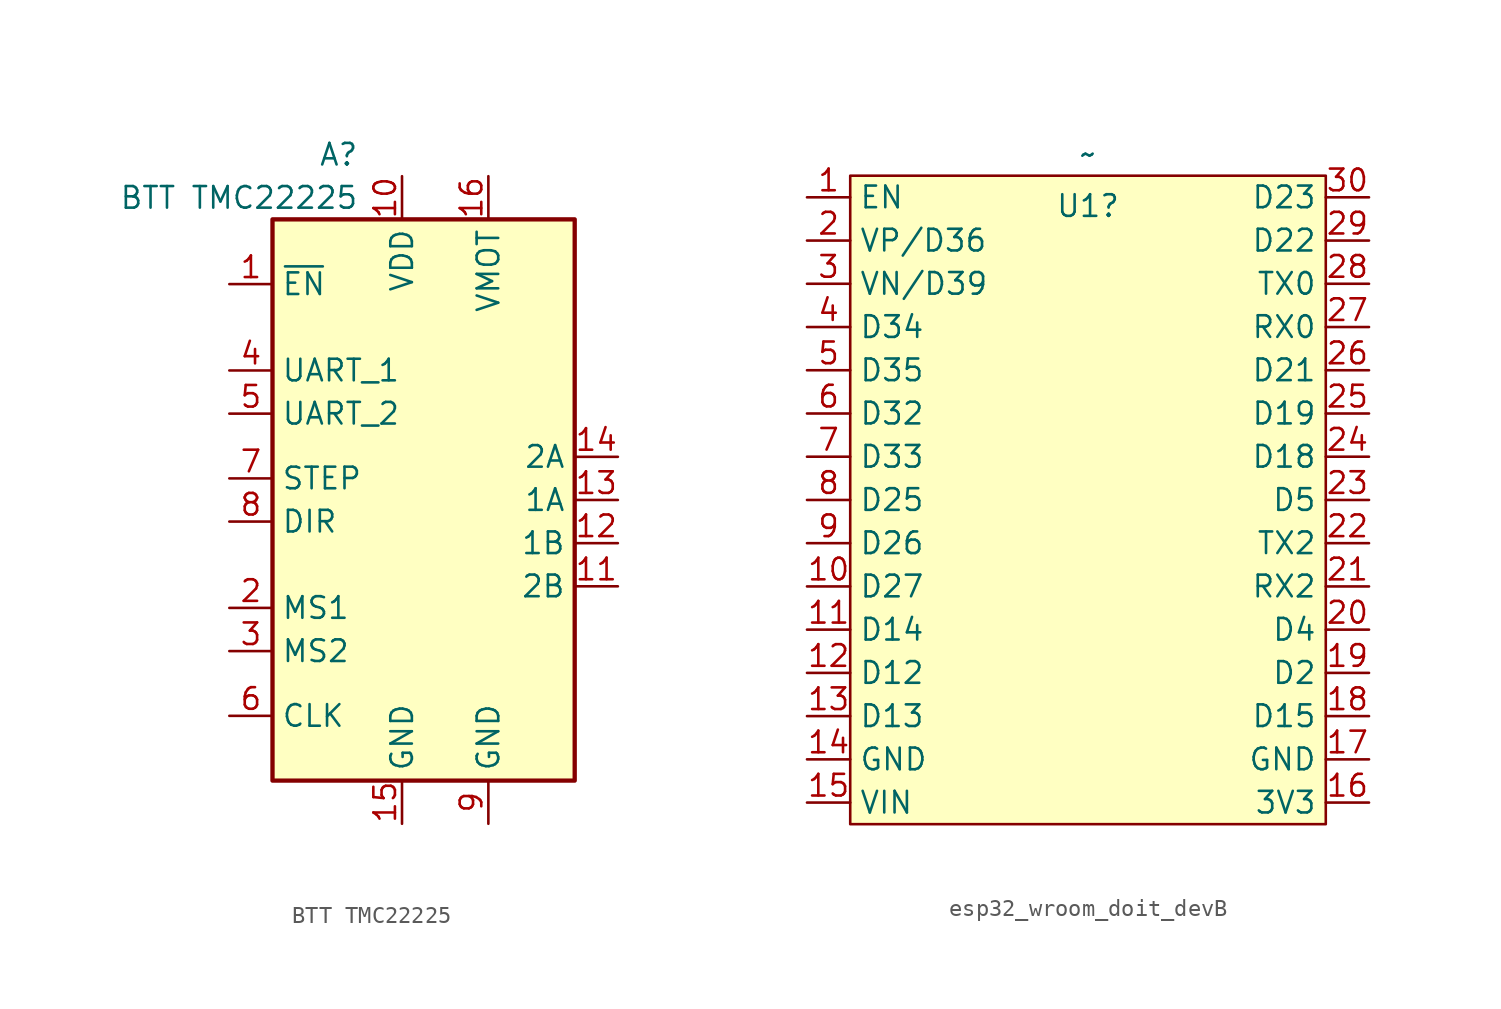
<source format=kicad_sym>
(kicad_symbol_lib
  (version 20241209)
  (generator "kicad_symbol_editor")
  (generator_version "9.0")
  (symbol "BTT TMC22225"
    (property "Reference" "A"
      (at -2.54 19.05 0)
      (effects (font (size 1.27 1.27)) (justify right)))
    (property "Value" "BTT TMC22225"
      (at -2.54 16.51 0)
      (effects (font (size 1.27 1.27)) (justify right)))
    (symbol "BTT TMC22225_0_1"
      (rectangle (start -7.62 15.24) (end 10.16 -17.78) (stroke (width 0.254) (type default)) (fill (type background))))
    (symbol "BTT TMC22225_1_1"
      (pin input line (at -10.16 11.43 0) (length 2.54) (name "~{EN}" (effects (font (size 1.27 1.27)))) (number "1" (effects (font (size 1.27 1.27)))))
      (pin input line (at -10.16 6.35 0) (length 2.54) (name "UART_1" (effects (font (size 1.27 1.27)))) (number "4" (effects (font (size 1.27 1.27)))))
      (pin input line (at -10.16 3.81 0) (length 2.54) (name "UART_2" (effects (font (size 1.27 1.27)))) (number "5" (effects (font (size 1.27 1.27)))))
      (pin input line (at -10.16 0 0) (length 2.54) (name "STEP" (effects (font (size 1.27 1.27)))) (number "7" (effects (font (size 1.27 1.27)))))
      (pin input line (at -10.16 -2.54 0) (length 2.54) (name "DIR" (effects (font (size 1.27 1.27)))) (number "8" (effects (font (size 1.27 1.27)))))
      (pin input line (at -10.16 -7.62 0) (length 2.54) (name "MS1" (effects (font (size 1.27 1.27)))) (number "2" (effects (font (size 1.27 1.27)))))
      (pin input line (at -10.16 -10.16 0) (length 2.54) (name "MS2" (effects (font (size 1.27 1.27)))) (number "3" (effects (font (size 1.27 1.27)))))
      (pin input line (at -10.16 -13.97 0) (length 2.54) (name "CLK" (effects (font (size 1.27 1.27)))) (number "6" (effects (font (size 1.27 1.27)))))
      (pin power_in line (at 0 17.78 270) (length 2.54) (name "VDD" (effects (font (size 1.27 1.27)))) (number "10" (effects (font (size 1.27 1.27)))))
      (pin power_in line (at 0 -20.32 90) (length 2.54) (name "GND" (effects (font (size 1.27 1.27)))) (number "15" (effects (font (size 1.27 1.27)))))
      (pin power_in line (at 5.08 17.78 270) (length 2.54) (name "VMOT" (effects (font (size 1.27 1.27)))) (number "16" (effects (font (size 1.27 1.27)))))
      (pin power_in line (at 5.08 -20.32 90) (length 2.54) (name "GND" (effects (font (size 1.27 1.27)))) (number "9" (effects (font (size 1.27 1.27)))))
      (pin output line (at 12.7 1.27 180) (length 2.54) (name "2A" (effects (font (size 1.27 1.27)))) (number "14" (effects (font (size 1.27 1.27)))))
      (pin output line (at 12.7 -1.27 180) (length 2.54) (name "1A" (effects (font (size 1.27 1.27)))) (number "13" (effects (font (size 1.27 1.27)))))
      (pin output line (at 12.7 -3.81 180) (length 2.54) (name "1B" (effects (font (size 1.27 1.27)))) (number "12" (effects (font (size 1.27 1.27)))))
      (pin output line (at 12.7 -6.35 180) (length 2.54) (name "2B" (effects (font (size 1.27 1.27)))) (number "11" (effects (font (size 1.27 1.27)))))))
  (symbol "esp32_wroom_doit_devB"
    (property "Reference" "U1"
      (at 0 17.272 0)
      (effects (font (size 1.27 1.27))))
    (property "Value" "~"
      (at 0 20.32 0)
      (effects (font (size 1.27 1.27))))
    (symbol "esp32_wroom_doit_devB_1_1"
      (rectangle (start -13.97 19.05) (end 13.97 -19.05) (stroke (width 0) (type default)) (fill (type background)))
      (pin input line (at -16.51 17.78 0) (length 2.54) (name "EN" (effects (font (size 1.27 1.27)))) (number "1" (effects (font (size 1.27 1.27)))))
      (pin input line (at -16.51 15.24 0) (length 2.54) (name "VP/D36" (effects (font (size 1.27 1.27)))) (number "2" (effects (font (size 1.27 1.27)))))
      (pin input line (at -16.51 12.7 0) (length 2.54) (name "VN/D39" (effects (font (size 1.27 1.27)))) (number "3" (effects (font (size 1.27 1.27)))))
      (pin input line (at -16.51 10.16 0) (length 2.54) (name "D34" (effects (font (size 1.27 1.27)))) (number "4" (effects (font (size 1.27 1.27)))))
      (pin input line (at -16.51 7.62 0) (length 2.54) (name "D35" (effects (font (size 1.27 1.27)))) (number "5" (effects (font (size 1.27 1.27)))))
      (pin output line (at -16.51 5.08 0) (length 2.54) (name "D32" (effects (font (size 1.27 1.27)))) (number "6" (effects (font (size 1.27 1.27)))))
      (pin output line (at -16.51 2.54 0) (length 2.54) (name "D33" (effects (font (size 1.27 1.27)))) (number "7" (effects (font (size 1.27 1.27)))))
      (pin output line (at -16.51 0 0) (length 2.54) (name "D25" (effects (font (size 1.27 1.27)))) (number "8" (effects (font (size 1.27 1.27)))))
      (pin output line (at -16.51 -2.54 0) (length 2.54) (name "D26" (effects (font (size 1.27 1.27)))) (number "9" (effects (font (size 1.27 1.27)))))
      (pin output line (at -16.51 -5.08 0) (length 2.54) (name "D27" (effects (font (size 1.27 1.27)))) (number "10" (effects (font (size 1.27 1.27)))))
      (pin input line (at -16.51 -7.62 0) (length 2.54) (name "D14" (effects (font (size 1.27 1.27)))) (number "11" (effects (font (size 1.27 1.27)))))
      (pin input line (at -16.51 -10.16 0) (length 2.54) (name "D12" (effects (font (size 1.27 1.27)))) (number "12" (effects (font (size 1.27 1.27)))))
      (pin output line (at -16.51 -12.7 0) (length 2.54) (name "D13" (effects (font (size 1.27 1.27)))) (number "13" (effects (font (size 1.27 1.27)))))
      (pin input line (at -16.51 -15.24 0) (length 2.54) (name "GND" (effects (font (size 1.27 1.27)))) (number "14" (effects (font (size 1.27 1.27)))))
      (pin input line (at -16.51 -17.78 0) (length 2.54) (name "VIN" (effects (font (size 1.27 1.27)))) (number "15" (effects (font (size 1.27 1.27)))))
      (pin input line (at 16.51 17.78 180) (length 2.54) (name "D23" (effects (font (size 1.27 1.27)))) (number "30" (effects (font (size 1.27 1.27)))))
      (pin input line (at 16.51 15.24 180) (length 2.54) (name "D22" (effects (font (size 1.27 1.27)))) (number "29" (effects (font (size 1.27 1.27)))))
      (pin input line (at 16.51 12.7 180) (length 2.54) (name "TX0" (effects (font (size 1.27 1.27)))) (number "28" (effects (font (size 1.27 1.27)))))
      (pin input line (at 16.51 10.16 180) (length 2.54) (name "RX0" (effects (font (size 1.27 1.27)))) (number "27" (effects (font (size 1.27 1.27)))))
      (pin output line (at 16.51 7.62 180) (length 2.54) (name "D21" (effects (font (size 1.27 1.27)))) (number "26" (effects (font (size 1.27 1.27)))))
      (pin output line (at 16.51 5.08 180) (length 2.54) (name "D19" (effects (font (size 1.27 1.27)))) (number "25" (effects (font (size 1.27 1.27)))))
      (pin output line (at 16.51 2.54 180) (length 2.54) (name "D18" (effects (font (size 1.27 1.27)))) (number "24" (effects (font (size 1.27 1.27)))))
      (pin input line (at 16.51 0 180) (length 2.54) (name "D5" (effects (font (size 1.27 1.27)))) (number "23" (effects (font (size 1.27 1.27)))))
      (pin input line (at 16.51 -2.54 180) (length 2.54) (name "TX2" (effects (font (size 1.27 1.27)))) (number "22" (effects (font (size 1.27 1.27)))))
      (pin input line (at 16.51 -5.08 180) (length 2.54) (name "RX2" (effects (font (size 1.27 1.27)))) (number "21" (effects (font (size 1.27 1.27)))))
      (pin input line (at 16.51 -7.62 180) (length 2.54) (name "D4" (effects (font (size 1.27 1.27)))) (number "20" (effects (font (size 1.27 1.27)))))
      (pin input line (at 16.51 -10.16 180) (length 2.54) (name "D2" (effects (font (size 1.27 1.27)))) (number "19" (effects (font (size 1.27 1.27)))))
      (pin input line (at 16.51 -12.7 180) (length 2.54) (name "D15" (effects (font (size 1.27 1.27)))) (number "18" (effects (font (size 1.27 1.27)))))
      (pin input line (at 16.51 -15.24 180) (length 2.54) (name "GND" (effects (font (size 1.27 1.27)))) (number "17" (effects (font (size 1.27 1.27)))))
      (pin input line (at 16.51 -17.78 180) (length 2.54) (name "3V3" (effects (font (size 1.27 1.27)))) (number "16" (effects (font (size 1.27 1.27))))))))
</source>
